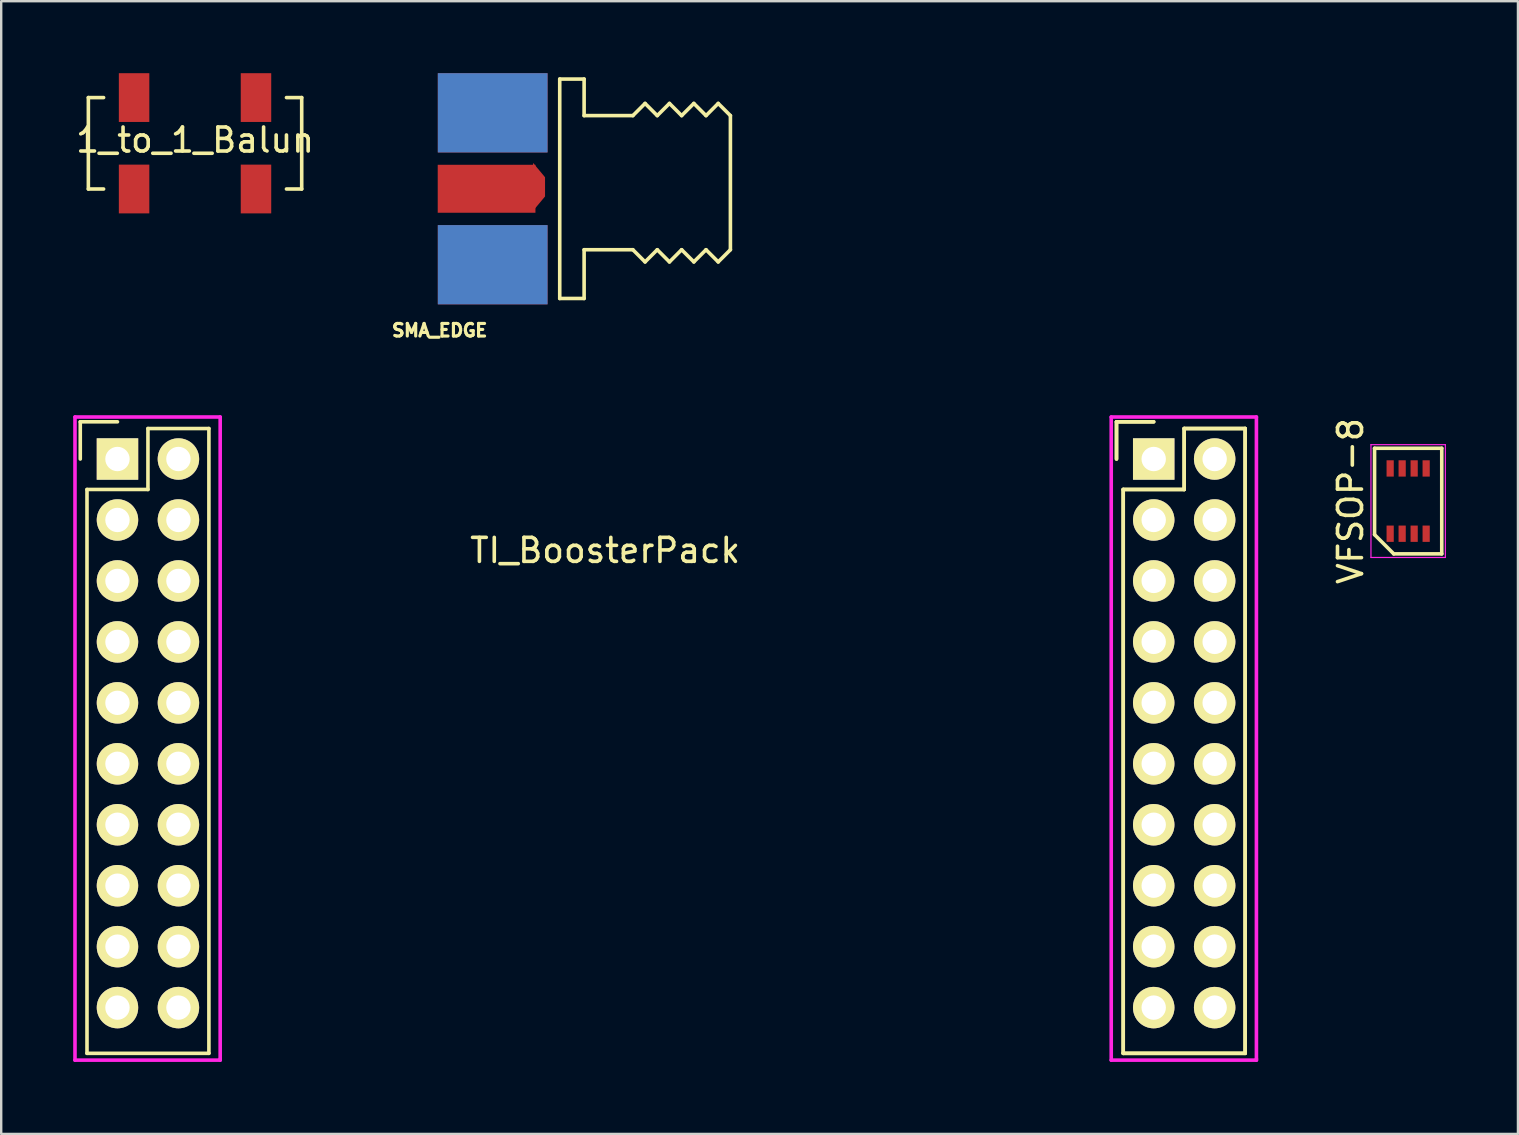
<source format=kicad_pcb>
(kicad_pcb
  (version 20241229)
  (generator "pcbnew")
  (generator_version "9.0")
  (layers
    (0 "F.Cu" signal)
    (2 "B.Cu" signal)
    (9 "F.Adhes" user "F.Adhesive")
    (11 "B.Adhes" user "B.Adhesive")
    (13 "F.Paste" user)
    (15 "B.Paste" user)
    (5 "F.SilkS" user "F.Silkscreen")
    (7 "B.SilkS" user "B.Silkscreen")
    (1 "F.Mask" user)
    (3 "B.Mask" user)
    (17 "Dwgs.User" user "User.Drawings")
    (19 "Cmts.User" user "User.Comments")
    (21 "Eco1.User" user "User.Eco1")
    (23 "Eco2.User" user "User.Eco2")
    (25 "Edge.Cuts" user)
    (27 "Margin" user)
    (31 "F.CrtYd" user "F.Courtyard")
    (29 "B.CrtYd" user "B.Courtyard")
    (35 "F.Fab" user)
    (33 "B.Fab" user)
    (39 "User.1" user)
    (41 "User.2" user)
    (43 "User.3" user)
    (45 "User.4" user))
  (footprint "VFSOP-8"
    (layer "F.Cu")
    (at 55.628 17.83)
    (property "Reference" "VFSOP-8" (at -2.4 0 90) (layer "F.SilkS") (effects (font (size 1 1) (thickness 0.15))))
    (attr smd)
    (fp_line (start -1.4 -2.2) (end 1.4 -2.2) (stroke (width 0.15) (type solid)) (layer "F.SilkS"))
    (fp_line (start -1.4 1.4) (end -1.4 -2.2) (stroke (width 0.15) (type solid)) (layer "F.SilkS"))
    (fp_line (start -0.6 2.2) (end -1.4 1.4) (stroke (width 0.15) (type solid)) (layer "F.SilkS"))
    (fp_line (start 1.4 -2.2) (end 1.4 2.2) (stroke (width 0.15) (type solid)) (layer "F.SilkS"))
    (fp_line (start 1.4 2.2) (end -0.6 2.2) (stroke (width 0.15) (type solid)) (layer "F.SilkS"))
    (fp_line (start -1.55 -2.35) (end 1.55 -2.35) (stroke (width 0.05) (type solid)) (layer "F.CrtYd"))
    (fp_line (start -1.55 2.35) (end -1.55 -2.35) (stroke (width 0.05) (type solid)) (layer "F.CrtYd"))
    (fp_line (start 1.55 -2.35) (end 1.55 2.35) (stroke (width 0.05) (type solid)) (layer "F.CrtYd"))
    (fp_line (start 1.55 2.35) (end -1.55 2.35) (stroke (width 0.05) (type solid)) (layer "F.CrtYd"))
    (pad "1" smd rect (at -0.75 1.36) (size 0.3 0.68) (layers "F.Cu" "F.Mask" "F.Paste"))
    (pad "2" smd rect (at -0.25 1.36) (size 0.3 0.68) (layers "F.Cu" "F.Mask" "F.Paste"))
    (pad "3" smd rect (at 0.25 1.36) (size 0.3 0.68) (layers "F.Cu" "F.Mask" "F.Paste"))
    (pad "4" smd rect (at 0.75 1.36) (size 0.3 0.68) (layers "F.Cu" "F.Mask" "F.Paste"))
    (pad "5" smd rect (at 0.75 -1.36) (size 0.3 0.68) (layers "F.Cu" "F.Mask" "F.Paste"))
    (pad "6" smd rect (at 0.25 -1.36) (size 0.3 0.68) (layers "F.Cu" "F.Mask" "F.Paste"))
    (pad "7" smd rect (at -0.25 -1.36) (size 0.3 0.68) (layers "F.Cu" "F.Mask" "F.Paste"))
    (pad "8" smd rect (at -0.75 -1.36) (size 0.3 0.68) (layers "F.Cu" "F.Mask" "F.Paste")))
  (footprint "1_to_1_Balun"
    (layer "F.Cu")
    (at 5.077 2.286)
    (property "Reference" "1_to_1_Balun" (at 0 0.5 0) (layer "F.SilkS") (effects (font (size 1 1) (thickness 0.15))))
    (attr through_hole)
    (fp_line (start -4.445 -1.27) (end -4.445 2.54) (stroke (width 0.15) (type solid)) (layer "F.SilkS"))
    (fp_line (start -4.445 2.54) (end -3.81 2.54) (stroke (width 0.15) (type solid)) (layer "F.SilkS"))
    (fp_line (start -3.81 -1.27) (end -4.445 -1.27) (stroke (width 0.15) (type solid)) (layer "F.SilkS"))
    (fp_line (start 3.81 -1.27) (end 4.445 -1.27) (stroke (width 0.15) (type solid)) (layer "F.SilkS"))
    (fp_line (start 4.445 -1.27) (end 4.445 2.54) (stroke (width 0.15) (type solid)) (layer "F.SilkS"))
    (fp_line (start 4.445 2.54) (end 3.81 2.54) (stroke (width 0.15) (type solid)) (layer "F.SilkS"))
    (pad "1" smd rect (at -2.54 -1.27) (size 1.27 2.032) (layers "F.Cu" "F.Mask" "F.Paste"))
    (pad "2" smd rect (at -2.54 2.54) (size 1.27 2.032) (layers "F.Cu" "F.Mask" "F.Paste"))
    (pad "3" smd rect (at 2.54 -1.27) (size 1.27 2.032) (layers "F.Cu" "F.Mask" "F.Paste"))
    (pad "4" smd rect (at 2.54 2.54) (size 1.27 2.032) (layers "F.Cu" "F.Mask" "F.Paste")))
  (footprint "SMA_EDGE"
    (layer "F.Cu")
    (at 26.37 4.816)
    (property "Reference" "SMA_EDGE" (at -11.1 5.9 0) (layer "F.SilkS") (effects (font (size 0.524 0.524) (thickness 0.131))))
    (attr through_hole)
    (fp_line (start -6.096 -4.572) (end -5.08 -4.572) (stroke (width 0.15) (type solid)) (layer "F.SilkS"))
    (fp_line (start -6.096 4.572) (end -6.096 -4.572) (stroke (width 0.15) (type solid)) (layer "F.SilkS"))
    (fp_line (start -5.08 -4.572) (end -5.08 -3.048) (stroke (width 0.15) (type solid)) (layer "F.SilkS"))
    (fp_line (start -5.08 -3.048) (end -3.048 -3.048) (stroke (width 0.15) (type solid)) (layer "F.SilkS"))
    (fp_line (start -5.08 2.54) (end -5.08 4.572) (stroke (width 0.15) (type solid)) (layer "F.SilkS"))
    (fp_line (start -5.08 4.572) (end -6.096 4.572) (stroke (width 0.15) (type solid)) (layer "F.SilkS"))
    (fp_line (start -3.048 -3.048) (end -2.54 -3.556) (stroke (width 0.15) (type solid)) (layer "F.SilkS"))
    (fp_line (start -3.048 2.54) (end -5.08 2.54) (stroke (width 0.15) (type solid)) (layer "F.SilkS"))
    (fp_line (start -2.54 -3.556) (end -2.032 -3.048) (stroke (width 0.15) (type solid)) (layer "F.SilkS"))
    (fp_line (start -2.54 3.048) (end -3.048 2.54) (stroke (width 0.15) (type solid)) (layer "F.SilkS"))
    (fp_line (start -2.032 -3.048) (end -1.524 -3.556) (stroke (width 0.15) (type solid)) (layer "F.SilkS"))
    (fp_line (start -2.032 2.54) (end -2.54 3.048) (stroke (width 0.15) (type solid)) (layer "F.SilkS"))
    (fp_line (start -1.524 -3.556) (end -1.016 -3.048) (stroke (width 0.15) (type solid)) (layer "F.SilkS"))
    (fp_line (start -1.524 3.048) (end -2.032 2.54) (stroke (width 0.15) (type solid)) (layer "F.SilkS"))
    (fp_line (start -1.016 -3.048) (end -0.508 -3.556) (stroke (width 0.15) (type solid)) (layer "F.SilkS"))
    (fp_line (start -1.016 2.54) (end -1.524 3.048) (stroke (width 0.15) (type solid)) (layer "F.SilkS"))
    (fp_line (start -0.508 -3.556) (end 0 -3.048) (stroke (width 0.15) (type solid)) (layer "F.SilkS"))
    (fp_line (start -0.508 3.048) (end -1.016 2.54) (stroke (width 0.15) (type solid)) (layer "F.SilkS"))
    (fp_line (start 0 -3.048) (end 0.508 -3.556) (stroke (width 0.15) (type solid)) (layer "F.SilkS"))
    (fp_line (start 0 2.54) (end -0.508 3.048) (stroke (width 0.15) (type solid)) (layer "F.SilkS"))
    (fp_line (start 0.508 -3.556) (end 1.016 -3.048) (stroke (width 0.15) (type solid)) (layer "F.SilkS"))
    (fp_line (start 0.508 3.048) (end 0 2.54) (stroke (width 0.15) (type solid)) (layer "F.SilkS"))
    (fp_line (start 1.016 -3.048) (end 1.016 2.54) (stroke (width 0.15) (type solid)) (layer "F.SilkS"))
    (fp_line (start 1.016 2.54) (end 0.508 3.048) (stroke (width 0.15) (type solid)) (layer "F.SilkS"))
    (pad "1" connect rect (at -9.144 0) (size 4.072 1.999) (layers "F.Cu" "F.Mask"))
    (pad "1" connect trapezoid (at -6.958 -0.08) (size 0.5 1.4) (rect_delta 0.599 0) (layers "F.Cu" "F.Mask"))
    (pad "2" connect rect (at -8.89 -3.165) (size 4.572 3.302) (layers "F.Cu" "F.Mask"))
    (pad "2" connect rect (at -8.89 -3.165) (size 4.572 3.302) (layers "B.Cu" "B.Mask"))
    (pad "2" connect rect (at -8.89 3.165) (size 4.572 3.302) (layers "F.Cu" "F.Mask"))
    (pad "2" connect rect (at -8.89 3.165) (size 4.572 3.302) (layers "B.Cu" "B.Mask")))
  (footprint "TI_BoosterPack"
    (layer "F.Cu")
    (at 25.975 16.077)
    (property "Reference" "TI_BoosterPack" (at -3.81 3.81 0) (layer "F.SilkS") (effects (font (size 1 1) (thickness 0.15))))
    (attr through_hole)
    (fp_line (start -25.68 -1.55) (end -25.68 0) (stroke (width 0.15) (type solid)) (layer "F.SilkS"))
    (fp_line (start -25.4 24.765) (end -25.4 1.27) (stroke (width 0.15) (type solid)) (layer "F.SilkS"))
    (fp_line (start -24.13 -1.55) (end -25.68 -1.55) (stroke (width 0.15) (type solid)) (layer "F.SilkS"))
    (fp_line (start -22.86 -1.27) (end -22.86 1.27) (stroke (width 0.15) (type solid)) (layer "F.SilkS"))
    (fp_line (start -22.86 1.27) (end -25.4 1.27) (stroke (width 0.15) (type solid)) (layer "F.SilkS"))
    (fp_line (start -20.32 -1.27) (end -22.86 -1.27) (stroke (width 0.15) (type solid)) (layer "F.SilkS"))
    (fp_line (start -20.32 -1.27) (end -20.32 24.765) (stroke (width 0.15) (type solid)) (layer "F.SilkS"))
    (fp_line (start -20.32 24.765) (end -25.4 24.765) (stroke (width 0.15) (type solid)) (layer "F.SilkS"))
    (fp_line (start 17.5 -1.55) (end 17.5 0) (stroke (width 0.15) (type solid)) (layer "F.SilkS"))
    (fp_line (start 17.5 -1.55) (end 17.5 0) (stroke (width 0.15) (type solid)) (layer "F.SilkS"))
    (fp_line (start 17.78 24.765) (end 17.78 1.27) (stroke (width 0.15) (type solid)) (layer "F.SilkS"))
    (fp_line (start 17.78 24.765) (end 17.78 1.27) (stroke (width 0.15) (type solid)) (layer "F.SilkS"))
    (fp_line (start 19.05 -1.55) (end 17.5 -1.55) (stroke (width 0.15) (type solid)) (layer "F.SilkS"))
    (fp_line (start 19.05 -1.55) (end 17.5 -1.55) (stroke (width 0.15) (type solid)) (layer "F.SilkS"))
    (fp_line (start 20.32 -1.27) (end 20.32 1.27) (stroke (width 0.15) (type solid)) (layer "F.SilkS"))
    (fp_line (start 20.32 -1.27) (end 20.32 1.27) (stroke (width 0.15) (type solid)) (layer "F.SilkS"))
    (fp_line (start 20.32 1.27) (end 17.78 1.27) (stroke (width 0.15) (type solid)) (layer "F.SilkS"))
    (fp_line (start 20.32 1.27) (end 17.78 1.27) (stroke (width 0.15) (type solid)) (layer "F.SilkS"))
    (fp_line (start 22.86 -1.27) (end 20.32 -1.27) (stroke (width 0.15) (type solid)) (layer "F.SilkS"))
    (fp_line (start 22.86 -1.27) (end 20.32 -1.27) (stroke (width 0.15) (type solid)) (layer "F.SilkS"))
    (fp_line (start 22.86 -1.27) (end 22.86 24.765) (stroke (width 0.15) (type solid)) (layer "F.SilkS"))
    (fp_line (start 22.86 -1.27) (end 22.86 24.765) (stroke (width 0.15) (type solid)) (layer "F.SilkS"))
    (fp_line (start 22.86 24.765) (end 17.78 24.765) (stroke (width 0.15) (type solid)) (layer "F.SilkS"))
    (fp_line (start 22.86 24.765) (end 17.78 24.765) (stroke (width 0.15) (type solid)) (layer "F.SilkS"))
    (fp_line (start -25.9 -1.75) (end -25.9 25.05) (stroke (width 0.15) (type solid)) (layer "F.CrtYd"))
    (fp_line (start -25.9 -1.75) (end -19.85 -1.75) (stroke (width 0.15) (type solid)) (layer "F.CrtYd"))
    (fp_line (start -25.88 -1.75) (end -19.83 -1.75) (stroke (width 0.05) (type solid)) (layer "F.CrtYd"))
    (fp_line (start -19.85 -1.75) (end -19.85 25) (stroke (width 0.15) (type solid)) (layer "F.CrtYd"))
    (fp_line (start -19.85 25) (end -19.85 25.05) (stroke (width 0.15) (type solid)) (layer "F.CrtYd"))
    (fp_line (start -19.85 25.05) (end -25.9 25.05) (stroke (width 0.15) (type solid)) (layer "F.CrtYd"))
    (fp_line (start 17.28 -1.75) (end 17.28 25.05) (stroke (width 0.15) (type solid)) (layer "F.CrtYd"))
    (fp_line (start 17.28 -1.75) (end 23.33 -1.75) (stroke (width 0.15) (type solid)) (layer "F.CrtYd"))
    (fp_line (start 17.3 -1.75) (end 23.35 -1.75) (stroke (width 0.05) (type solid)) (layer "F.CrtYd"))
    (fp_line (start 17.3 -1.75) (end 23.35 -1.75) (stroke (width 0.05) (type solid)) (layer "F.CrtYd"))
    (fp_line (start 23.33 -1.75) (end 23.33 25) (stroke (width 0.15) (type solid)) (layer "F.CrtYd"))
    (fp_line (start 23.33 25) (end 23.33 25.05) (stroke (width 0.15) (type solid)) (layer "F.CrtYd"))
    (fp_line (start 23.33 25.05) (end 17.28 25.05) (stroke (width 0.15) (type solid)) (layer "F.CrtYd"))
    (pad "3.3V" thru_hole rect (at -24.13 0) (size 1.727 1.727) (drill 1.016) (layers "*.Cu" "*.Mask" "F.SilkS"))
    (pad "5V" thru_hole oval (at -21.59 0) (size 1.727 1.727) (drill 1.016) (layers "*.Cu" "*.Mask" "F.SilkS"))
    (pad "GND" thru_hole oval (at 21.59 0) (size 1.727 1.727) (drill 1.016) (layers "*.Cu" "*.Mask" "F.SilkS"))
    (pad "GND1" thru_hole oval (at -21.59 2.54) (size 1.727 1.727) (drill 1.016) (layers "*.Cu" "*.Mask" "F.SilkS"))
    (pad "P1.5" thru_hole oval (at -24.13 15.24) (size 1.727 1.727) (drill 1.016) (layers "*.Cu" "*.Mask" "F.SilkS"))
    (pad "P1.6" thru_hole oval (at 21.59 12.7) (size 1.727 1.727) (drill 1.016) (layers "*.Cu" "*.Mask" "F.SilkS"))
    (pad "P1.7" thru_hole oval (at 21.59 15.24) (size 1.727 1.727) (drill 1.016) (layers "*.Cu" "*.Mask" "F.SilkS"))
    (pad "P2.3" thru_hole oval (at 19.05 15.24) (size 1.727 1.727) (drill 1.016) (layers "*.Cu" "*.Mask" "F.SilkS"))
    (pad "P2.4" thru_hole oval (at 19.05 5.08) (size 1.727 1.727) (drill 1.016) (layers "*.Cu" "*.Mask" "F.SilkS"))
    (pad "P2.5" thru_hole oval (at 21.59 2.54) (size 1.727 1.727) (drill 1.016) (layers "*.Cu" "*.Mask" "F.SilkS"))
    (pad "P2.6" thru_hole oval (at 19.05 2.54) (size 1.727 1.727) (drill 1.016) (layers "*.Cu" "*.Mask" "F.SilkS"))
    (pad "P2.7" thru_hole rect (at 19.05 0) (size 1.727 1.727) (drill 1.016) (layers "*.Cu" "*.Mask" "F.SilkS"))
    (pad "P3.0" thru_hole oval (at 21.59 5.08) (size 1.727 1.727) (drill 1.016) (layers "*.Cu" "*.Mask" "F.SilkS"))
    (pad "P3.2" thru_hole oval (at -24.13 5.08) (size 1.727 1.727) (drill 1.016) (layers "*.Cu" "*.Mask" "F.SilkS"))
    (pad "P3.3" thru_hole oval (at -24.13 7.62) (size 1.727 1.727) (drill 1.016) (layers "*.Cu" "*.Mask" "F.SilkS"))
    (pad "P3.5" thru_hole oval (at 19.05 20.32) (size 1.727 1.727) (drill 1.016) (layers "*.Cu" "*.Mask" "F.SilkS"))
    (pad "P3.6" thru_hole oval (at 21.59 22.86) (size 1.727 1.727) (drill 1.016) (layers "*.Cu" "*.Mask" "F.SilkS"))
    (pad "P3.7" thru_hole oval (at 19.05 22.86) (size 1.727 1.727) (drill 1.016) (layers "*.Cu" "*.Mask" "F.SilkS"))
    (pad "P4.0" thru_hole oval (at -21.59 7.62) (size 1.727 1.727) (drill 1.016) (layers "*.Cu" "*.Mask" "F.SilkS"))
    (pad "P4.1" thru_hole oval (at -24.13 10.16) (size 1.727 1.727) (drill 1.016) (layers "*.Cu" "*.Mask" "F.SilkS"))
    (pad "P4.2" thru_hole oval (at -21.59 10.16) (size 1.727 1.727) (drill 1.016) (layers "*.Cu" "*.Mask" "F.SilkS"))
    (pad "P4.3" thru_hole oval (at -24.13 12.7) (size 1.727 1.727) (drill 1.016) (layers "*.Cu" "*.Mask" "F.SilkS"))
    (pad "P4.4" thru_hole oval (at -21.59 12.7) (size 1.727 1.727) (drill 1.016) (layers "*.Cu" "*.Mask" "F.SilkS"))
    (pad "P4.5" thru_hole oval (at -21.59 15.24) (size 1.727 1.727) (drill 1.016) (layers "*.Cu" "*.Mask" "F.SilkS"))
    (pad "P4.6" thru_hole oval (at -24.13 17.78) (size 1.727 1.727) (drill 1.016) (layers "*.Cu" "*.Mask" "F.SilkS"))
    (pad "P4.7" thru_hole oval (at -21.59 17.78) (size 1.727 1.727) (drill 1.016) (layers "*.Cu" "*.Mask" "F.SilkS"))
    (pad "P5.0" thru_hole oval (at 21.59 17.78) (size 1.727 1.727) (drill 1.016) (layers "*.Cu" "*.Mask" "F.SilkS"))
    (pad "P5.1" thru_hole oval (at 19.05 17.78) (size 1.727 1.727) (drill 1.016) (layers "*.Cu" "*.Mask" "F.SilkS"))
    (pad "P5.2" thru_hole oval (at 21.59 20.32) (size 1.727 1.727) (drill 1.016) (layers "*.Cu" "*.Mask" "F.SilkS"))
    (pad "P5.4" thru_hole oval (at -21.59 20.32) (size 1.727 1.727) (drill 1.016) (layers "*.Cu" "*.Mask" "F.SilkS"))
    (pad "P5.5" thru_hole oval (at -21.59 22.86) (size 1.727 1.727) (drill 1.016) (layers "*.Cu" "*.Mask" "F.SilkS"))
    (pad "P5.6" thru_hole oval (at 19.05 7.62) (size 1.727 1.727) (drill 1.016) (layers "*.Cu" "*.Mask" "F.SilkS"))
    (pad "P5.7" thru_hole oval (at 21.59 7.62) (size 1.727 1.727) (drill 1.016) (layers "*.Cu" "*.Mask" "F.SilkS"))
    (pad "P6.0" thru_hole oval (at -24.13 2.54) (size 1.727 1.727) (drill 1.016) (layers "*.Cu" "*.Mask" "F.SilkS"))
    (pad "P6.1" thru_hole oval (at -21.59 5.08) (size 1.727 1.727) (drill 1.016) (layers "*.Cu" "*.Mask" "F.SilkS"))
    (pad "P6.4" thru_hole oval (at -24.13 22.86) (size 1.727 1.727) (drill 1.016) (layers "*.Cu" "*.Mask" "F.SilkS"))
    (pad "P6.5" thru_hole oval (at -24.13 20.32) (size 1.727 1.727) (drill 1.016) (layers "*.Cu" "*.Mask" "F.SilkS"))
    (pad "P6.6" thru_hole oval (at 19.05 10.16) (size 1.727 1.727) (drill 1.016) (layers "*.Cu" "*.Mask" "F.SilkS"))
    (pad "P6.7" thru_hole oval (at 19.05 12.7) (size 1.727 1.727) (drill 1.016) (layers "*.Cu" "*.Mask" "F.SilkS"))
    (pad "RST" thru_hole oval (at 21.59 10.16) (size 1.727 1.727) (drill 1.016) (layers "*.Cu" "*.Mask" "F.SilkS")))
  (gr_rect
    (start -3 -3)
    (end 60.203 44.202)
    (stroke (width 0.1) (type default))
    (fill no)
    (layer "Edge.Cuts")))
</source>
